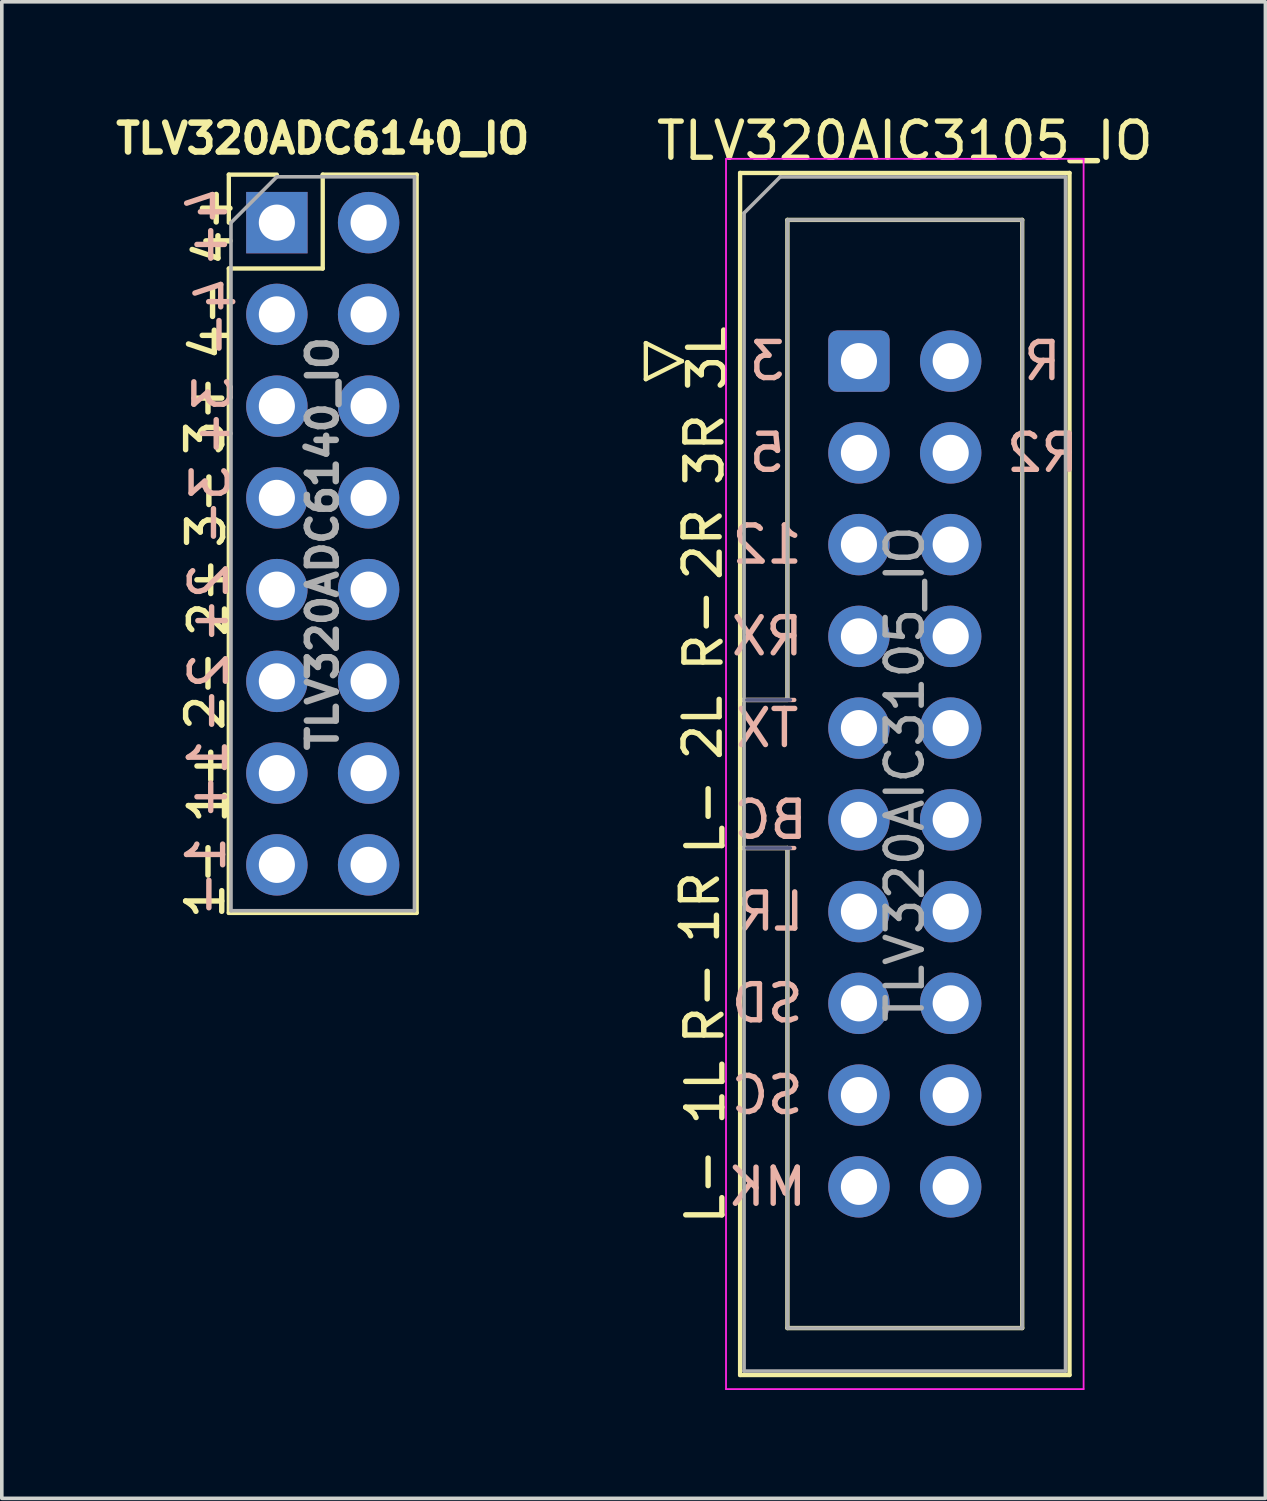
<source format=kicad_pcb>
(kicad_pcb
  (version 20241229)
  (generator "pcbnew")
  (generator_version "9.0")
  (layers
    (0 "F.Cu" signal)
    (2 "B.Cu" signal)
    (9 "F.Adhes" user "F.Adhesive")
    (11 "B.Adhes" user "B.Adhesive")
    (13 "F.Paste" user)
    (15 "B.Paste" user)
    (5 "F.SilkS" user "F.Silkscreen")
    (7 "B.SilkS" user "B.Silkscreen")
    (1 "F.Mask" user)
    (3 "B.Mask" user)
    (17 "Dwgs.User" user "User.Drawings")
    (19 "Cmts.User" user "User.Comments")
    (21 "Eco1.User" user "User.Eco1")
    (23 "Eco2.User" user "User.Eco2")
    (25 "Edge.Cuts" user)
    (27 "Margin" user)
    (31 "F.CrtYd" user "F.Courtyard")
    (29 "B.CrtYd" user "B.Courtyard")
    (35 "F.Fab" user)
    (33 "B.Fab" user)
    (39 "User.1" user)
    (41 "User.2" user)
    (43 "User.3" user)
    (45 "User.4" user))
  (footprint "TLV320ADC6140_IO"
    (layer "F.Cu")
    (at 4.615 3.114)
    (property "Reference" "TLV320ADC6140_IO" (at 1.27 -2.33 0) (layer "F.SilkS") (effects (font (size 0.8 0.8) (thickness 0.18))))
    (attr through_hole)
    (fp_line (start -1.33 -1.33) (end 0 -1.33) (stroke (width 0.12) (type solid)) (layer "F.SilkS"))
    (fp_line (start -1.33 0) (end -1.33 -1.33) (stroke (width 0.12) (type solid)) (layer "F.SilkS"))
    (fp_line (start -1.33 1.27) (end -1.33 19.11) (stroke (width 0.12) (type solid)) (layer "F.SilkS"))
    (fp_line (start -1.33 1.27) (end 1.27 1.27) (stroke (width 0.12) (type solid)) (layer "F.SilkS"))
    (fp_line (start -1.33 19.11) (end 3.87 19.11) (stroke (width 0.12) (type solid)) (layer "F.SilkS"))
    (fp_line (start 1.27 -1.33) (end 3.87 -1.33) (stroke (width 0.12) (type solid)) (layer "F.SilkS"))
    (fp_line (start 1.27 1.27) (end 1.27 -1.33) (stroke (width 0.12) (type solid)) (layer "F.SilkS"))
    (fp_line (start 3.87 -1.33) (end 3.87 19.11) (stroke (width 0.12) (type solid)) (layer "F.SilkS"))
    (fp_line (start -1.27 0) (end 0 -1.27) (stroke (width 0.1) (type solid)) (layer "F.Fab"))
    (fp_line (start -1.27 19.05) (end -1.27 0) (stroke (width 0.1) (type solid)) (layer "F.Fab"))
    (fp_line (start 0 -1.27) (end 3.81 -1.27) (stroke (width 0.1) (type solid)) (layer "F.Fab"))
    (fp_line (start 3.81 -1.27) (end 3.81 19.05) (stroke (width 0.1) (type solid)) (layer "F.Fab"))
    (fp_line (start 3.81 19.05) (end -1.27 19.05) (stroke (width 0.1) (type solid)) (layer "F.Fab"))
    (fp_text user "3-" (at -1.956 7.899 90) (layer "F.SilkS") (effects (font (size 1 1) (thickness 0.15))))
    (fp_text user "4-" (at -1.854 2.692 90) (layer "F.SilkS") (effects (font (size 1 1) (thickness 0.15))))
    (fp_text user "1-" (at -1.981 18.161 90) (layer "F.SilkS") (effects (font (size 1 1) (thickness 0.15))))
    (fp_text user "2-" (at -1.981 12.954 90) (layer "F.SilkS") (effects (font (size 1 1) (thickness 0.15))))
    (fp_text user "1+" (at -1.905 15.519 90) (layer "F.SilkS") (effects (font (size 1 1) (thickness 0.15))))
    (fp_text user "4+" (at -1.753 0.076 90) (layer "F.SilkS") (effects (font (size 1 1) (thickness 0.15))))
    (fp_text user "3+" (at -1.981 5.334 90) (layer "F.SilkS") (effects (font (size 1 1) (thickness 0.15))))
    (fp_text user "2+" (at -1.905 10.363 90) (layer "F.SilkS") (effects (font (size 1 1) (thickness 0.15))))
    (fp_text user "2+" (at -1.88 10.541 270) (layer "B.SilkS") (effects (font (size 1 1) (thickness 0.15)) (justify mirror)))
    (fp_text user "1-" (at -1.956 18.11 270) (layer "B.SilkS") (effects (font (size 1 1) (thickness 0.15)) (justify mirror)))
    (fp_text user "1+" (at -1.905 15.418 270) (layer "B.SilkS") (effects (font (size 1 1) (thickness 0.15)) (justify mirror)))
    (fp_text user "3+" (at -1.753 5.359 270) (layer "B.SilkS") (effects (font (size 1 1) (thickness 0.15)) (justify mirror)))
    (fp_text user "2-" (at -1.88 13.03 270) (layer "B.SilkS") (effects (font (size 1 1) (thickness 0.15)) (justify mirror)))
    (fp_text user "3-" (at -1.829 7.823 270) (layer "B.SilkS") (effects (font (size 1 1) (thickness 0.15)) (justify mirror)))
    (fp_text user "4-" (at -1.676 2.616 270) (layer "B.SilkS") (effects (font (size 1 1) (thickness 0.15)) (justify mirror)))
    (fp_text user "4+" (at -1.905 0.127 270) (layer "B.SilkS") (effects (font (size 1 1) (thickness 0.15)) (justify mirror)))
    (fp_text user "${REFERENCE}" (at 1.27 8.89 90) (layer "F.Fab") (effects (font (size 0.8 0.8) (thickness 0.18))))
    (pad "1" thru_hole rect (at 0 0) (size 1.7 1.7) (drill 1) (layers "*.Cu" "*.Mask"))
    (pad "2" thru_hole oval (at 2.54 0) (size 1.7 1.7) (drill 1) (layers "*.Cu" "*.Mask"))
    (pad "3" thru_hole oval (at 0 2.54) (size 1.7 1.7) (drill 1) (layers "*.Cu" "*.Mask"))
    (pad "4" thru_hole oval (at 2.54 2.54) (size 1.7 1.7) (drill 1) (layers "*.Cu" "*.Mask"))
    (pad "5" thru_hole oval (at 0 5.08) (size 1.7 1.7) (drill 1) (layers "*.Cu" "*.Mask"))
    (pad "6" thru_hole oval (at 2.54 5.08) (size 1.7 1.7) (drill 1) (layers "*.Cu" "*.Mask"))
    (pad "7" thru_hole oval (at 0 7.62) (size 1.7 1.7) (drill 1) (layers "*.Cu" "*.Mask"))
    (pad "8" thru_hole oval (at 2.54 7.62) (size 1.7 1.7) (drill 1) (layers "*.Cu" "*.Mask"))
    (pad "9" thru_hole oval (at 0 10.16) (size 1.7 1.7) (drill 1) (layers "*.Cu" "*.Mask"))
    (pad "10" thru_hole oval (at 2.54 10.16) (size 1.7 1.7) (drill 1) (layers "*.Cu" "*.Mask"))
    (pad "11" thru_hole oval (at 0 12.7) (size 1.7 1.7) (drill 1) (layers "*.Cu" "*.Mask"))
    (pad "12" thru_hole oval (at 2.54 12.7) (size 1.7 1.7) (drill 1) (layers "*.Cu" "*.Mask"))
    (pad "13" thru_hole oval (at 0 15.24) (size 1.7 1.7) (drill 1) (layers "*.Cu" "*.Mask"))
    (pad "14" thru_hole oval (at 2.54 15.24) (size 1.7 1.7) (drill 1) (layers "*.Cu" "*.Mask"))
    (pad "15" thru_hole oval (at 0 17.78) (size 1.7 1.7) (drill 1) (layers "*.Cu" "*.Mask"))
    (pad "16" thru_hole oval (at 2.54 17.78) (size 1.7 1.7) (drill 1) (layers "*.Cu" "*.Mask")))
  (footprint "TLV320AIC3105_IO"
    (layer "F.Cu")
    (at 20.73 6.948)
    (property "Reference" "TLV320AIC3105_IO" (at 1.27 -6.1 0) (layer "F.SilkS") (effects (font (size 1 1) (thickness 0.15))))
    (attr through_hole)
    (fp_line (start -5.9 -0.5) (end -5.9 0.5) (stroke (width 0.12) (type solid)) (layer "F.SilkS"))
    (fp_line (start -5.9 0.5) (end -4.9 0) (stroke (width 0.12) (type solid)) (layer "F.SilkS"))
    (fp_line (start -4.9 0) (end -5.9 -0.5) (stroke (width 0.12) (type solid)) (layer "F.SilkS"))
    (fp_line (start -3.29 -5.21) (end 5.83 -5.21) (stroke (width 0.12) (type solid)) (layer "F.SilkS"))
    (fp_line (start -3.29 9.38) (end -1.98 9.38) (stroke (width 0.12) (type solid)) (layer "F.SilkS"))
    (fp_line (start -3.29 28.07) (end -3.29 -5.21) (stroke (width 0.12) (type solid)) (layer "F.SilkS"))
    (fp_line (start -1.98 -3.91) (end 4.52 -3.91) (stroke (width 0.12) (type solid)) (layer "F.SilkS"))
    (fp_line (start -1.98 9.38) (end -1.98 -3.91) (stroke (width 0.12) (type solid)) (layer "F.SilkS"))
    (fp_line (start -1.98 13.48) (end -3.29 13.48) (stroke (width 0.12) (type solid)) (layer "F.SilkS"))
    (fp_line (start -1.98 13.48) (end -1.98 13.48) (stroke (width 0.12) (type solid)) (layer "F.SilkS"))
    (fp_line (start -1.98 26.77) (end -1.98 13.48) (stroke (width 0.12) (type solid)) (layer "F.SilkS"))
    (fp_line (start 4.52 -3.91) (end 4.52 26.77) (stroke (width 0.12) (type solid)) (layer "F.SilkS"))
    (fp_line (start 4.52 26.77) (end -1.98 26.77) (stroke (width 0.12) (type solid)) (layer "F.SilkS"))
    (fp_line (start 5.83 -5.21) (end 5.83 28.07) (stroke (width 0.12) (type solid)) (layer "F.SilkS"))
    (fp_line (start 5.83 28.07) (end -3.29 28.07) (stroke (width 0.12) (type solid)) (layer "F.SilkS"))
    (fp_line (start -3.1 13.48) (end -1.79 13.48) (stroke (width 0.12) (type solid)) (layer "B.SilkS"))
    (fp_line (start -1.79 9.38) (end -3.1 9.38) (stroke (width 0.12) (type solid)) (layer "B.SilkS"))
    (fp_line (start -3.68 -5.6) (end -3.68 28.46) (stroke (width 0.05) (type solid)) (layer "F.CrtYd"))
    (fp_line (start -3.68 28.46) (end 6.22 28.46) (stroke (width 0.05) (type solid)) (layer "F.CrtYd"))
    (fp_line (start 6.22 -5.6) (end -3.68 -5.6) (stroke (width 0.05) (type solid)) (layer "F.CrtYd"))
    (fp_line (start 6.22 28.46) (end 6.22 -5.6) (stroke (width 0.05) (type solid)) (layer "F.CrtYd"))
    (fp_line (start -3.1 13.48) (end -1.9 13.48) (stroke (width 0.1) (type solid)) (layer "B.Fab"))
    (fp_line (start -1.9 9.38) (end -3.1 9.38) (stroke (width 0.1) (type solid)) (layer "B.Fab"))
    (fp_line (start -3.18 -4.1) (end -2.18 -5.1) (stroke (width 0.1) (type solid)) (layer "F.Fab"))
    (fp_line (start -3.18 9.38) (end -1.98 9.38) (stroke (width 0.1) (type solid)) (layer "F.Fab"))
    (fp_line (start -3.18 27.96) (end -3.18 -4.1) (stroke (width 0.1) (type solid)) (layer "F.Fab"))
    (fp_line (start -2.18 -5.1) (end 5.72 -5.1) (stroke (width 0.1) (type solid)) (layer "F.Fab"))
    (fp_line (start -1.98 -3.91) (end 4.52 -3.91) (stroke (width 0.1) (type solid)) (layer "F.Fab"))
    (fp_line (start -1.98 9.38) (end -1.98 -3.91) (stroke (width 0.1) (type solid)) (layer "F.Fab"))
    (fp_line (start -1.98 13.48) (end -3.18 13.48) (stroke (width 0.1) (type solid)) (layer "F.Fab"))
    (fp_line (start -1.98 13.48) (end -1.98 13.48) (stroke (width 0.1) (type solid)) (layer "F.Fab"))
    (fp_line (start -1.98 26.77) (end -1.98 13.48) (stroke (width 0.1) (type solid)) (layer "F.Fab"))
    (fp_line (start 4.52 -3.91) (end 4.52 26.77) (stroke (width 0.1) (type solid)) (layer "F.Fab"))
    (fp_line (start 4.52 26.77) (end -1.98 26.77) (stroke (width 0.1) (type solid)) (layer "F.Fab"))
    (fp_line (start 5.72 -5.1) (end 5.72 27.96) (stroke (width 0.1) (type solid)) (layer "F.Fab"))
    (fp_line (start 5.72 27.96) (end -3.18 27.96) (stroke (width 0.1) (type solid)) (layer "F.Fab"))
    (fp_text user "L-" (at -4.25 12.625 90) (unlocked yes) (layer "F.SilkS") (effects (font (size 1 1) (thickness 0.15))))
    (fp_text user "1R" (at -4.4 15.125 90) (unlocked yes) (layer "F.SilkS") (effects (font (size 1 1) (thickness 0.15))))
    (fp_text user "1L" (at -4.25 20.25 90) (unlocked yes) (layer "F.SilkS") (effects (font (size 1 1) (thickness 0.15))))
    (fp_text user "3R" (at -4.275 2.45 90) (unlocked yes) (layer "F.SilkS") (effects (font (size 1 1) (thickness 0.15))))
    (fp_text user "L-" (at -4.25 22.85 90) (unlocked yes) (layer "F.SilkS") (effects (font (size 1 1) (thickness 0.15))))
    (fp_text user "2L" (at -4.325 10.15 90) (unlocked yes) (layer "F.SilkS") (effects (font (size 1 1) (thickness 0.15))))
    (fp_text user "R-" (at -4.3 7.45 90) (unlocked yes) (layer "F.SilkS") (effects (font (size 1 1) (thickness 0.15))))
    (fp_text user "2R" (at -4.325 5.075 90) (unlocked yes) (layer "F.SilkS") (effects (font (size 1 1) (thickness 0.15))))
    (fp_text user "R-" (at -4.275 17.775 90) (unlocked yes) (layer "F.SilkS") (effects (font (size 1 1) (thickness 0.15))))
    (fp_text user "3L" (at -4.2 -0.075 90) (unlocked yes) (layer "F.SilkS") (effects (font (size 1 1) (thickness 0.15))))
    (fp_text user "BC" (at -2.445 12.7 0) (unlocked yes) (layer "B.SilkS") (effects (font (size 1 1) (thickness 0.15)) (justify mirror)))
    (fp_text user "TX" (at -2.54 10.16 0) (unlocked yes) (layer "B.SilkS") (effects (font (size 1 1) (thickness 0.15)) (justify mirror)))
    (fp_text user "LR" (at -2.445 15.24 0) (unlocked yes) (layer "B.SilkS") (effects (font (size 1 1) (thickness 0.15)) (justify mirror)))
    (fp_text user "R2" (at 5.08 2.54 0) (unlocked yes) (layer "B.SilkS") (effects (font (size 1 1) (thickness 0.15)) (justify mirror)))
    (fp_text user "12" (at -2.54 5.08 0) (unlocked yes) (layer "B.SilkS") (effects (font (size 1 1) (thickness 0.15)) (justify mirror)))
    (fp_text user "5" (at -2.54 2.54 0) (unlocked yes) (layer "B.SilkS") (effects (font (size 1 1) (thickness 0.15)) (justify mirror)))
    (fp_text user "RX" (at -2.54 7.62 0) (unlocked yes) (layer "B.SilkS") (effects (font (size 1 1) (thickness 0.15)) (justify mirror)))
    (fp_text user "MK" (at -2.54 22.86 0) (unlocked yes) (layer "B.SilkS") (effects (font (size 1 1) (thickness 0.15)) (justify mirror)))
    (fp_text user "3" (at -2.54 0 0) (unlocked yes) (layer "B.SilkS") (effects (font (size 1 1) (thickness 0.15)) (justify mirror)))
    (fp_text user "SD" (at -2.54 17.78 0) (unlocked yes) (layer "B.SilkS") (effects (font (size 1 1) (thickness 0.15)) (justify mirror)))
    (fp_text user "SC" (at -2.54 20.32 0) (unlocked yes) (layer "B.SilkS") (effects (font (size 1 1) (thickness 0.15)) (justify mirror)))
    (fp_text user "R" (at 5.08 0 0) (unlocked yes) (layer "B.SilkS") (effects (font (size 1 1) (thickness 0.15)) (justify mirror)))
    (fp_text user "${REFERENCE}" (at 1.27 11.43 90) (layer "F.Fab") (effects (font (size 1 1) (thickness 0.15))))
    (pad "1" thru_hole roundrect (at 0 0) (size 1.7 1.7) (drill 1) (layers "*.Cu" "*.Mask") (roundrect_rratio 0.147))
    (pad "2" thru_hole circle (at 2.54 0) (size 1.7 1.7) (drill 1) (layers "*.Cu" "*.Mask"))
    (pad "3" thru_hole circle (at 0 2.54) (size 1.7 1.7) (drill 1) (layers "*.Cu" "*.Mask"))
    (pad "4" thru_hole circle (at 2.54 2.54) (size 1.7 1.7) (drill 1) (layers "*.Cu" "*.Mask"))
    (pad "5" thru_hole circle (at 0 5.08) (size 1.7 1.7) (drill 1) (layers "*.Cu" "*.Mask"))
    (pad "6" thru_hole circle (at 2.54 5.08) (size 1.7 1.7) (drill 1) (layers "*.Cu" "*.Mask"))
    (pad "7" thru_hole circle (at 0 7.62) (size 1.7 1.7) (drill 1) (layers "*.Cu" "*.Mask"))
    (pad "8" thru_hole circle (at 2.54 7.62) (size 1.7 1.7) (drill 1) (layers "*.Cu" "*.Mask"))
    (pad "9" thru_hole circle (at 0 10.16) (size 1.7 1.7) (drill 1) (layers "*.Cu" "*.Mask"))
    (pad "10" thru_hole circle (at 2.54 10.16) (size 1.7 1.7) (drill 1) (layers "*.Cu" "*.Mask"))
    (pad "11" thru_hole circle (at 0 12.7) (size 1.7 1.7) (drill 1) (layers "*.Cu" "*.Mask"))
    (pad "12" thru_hole circle (at 2.54 12.7) (size 1.7 1.7) (drill 1) (layers "*.Cu" "*.Mask"))
    (pad "13" thru_hole circle (at 0 15.24) (size 1.7 1.7) (drill 1) (layers "*.Cu" "*.Mask"))
    (pad "14" thru_hole circle (at 2.54 15.24) (size 1.7 1.7) (drill 1) (layers "*.Cu" "*.Mask"))
    (pad "15" thru_hole circle (at 0 17.78) (size 1.7 1.7) (drill 1) (layers "*.Cu" "*.Mask"))
    (pad "16" thru_hole circle (at 2.54 17.78) (size 1.7 1.7) (drill 1) (layers "*.Cu" "*.Mask"))
    (pad "17" thru_hole circle (at 0 20.32) (size 1.7 1.7) (drill 1) (layers "*.Cu" "*.Mask"))
    (pad "18" thru_hole circle (at 2.54 20.32) (size 1.7 1.7) (drill 1) (layers "*.Cu" "*.Mask"))
    (pad "19" thru_hole circle (at 0 22.86) (size 1.7 1.7) (drill 1) (layers "*.Cu" "*.Mask"))
    (pad "20" thru_hole circle (at 2.54 22.86) (size 1.7 1.7) (drill 1) (layers "*.Cu" "*.Mask")))
  (gr_rect
    (start -3 -3)
    (end 31.983 38.433)
    (stroke (width 0.1) (type default))
    (fill no)
    (layer "Edge.Cuts")))
</source>
